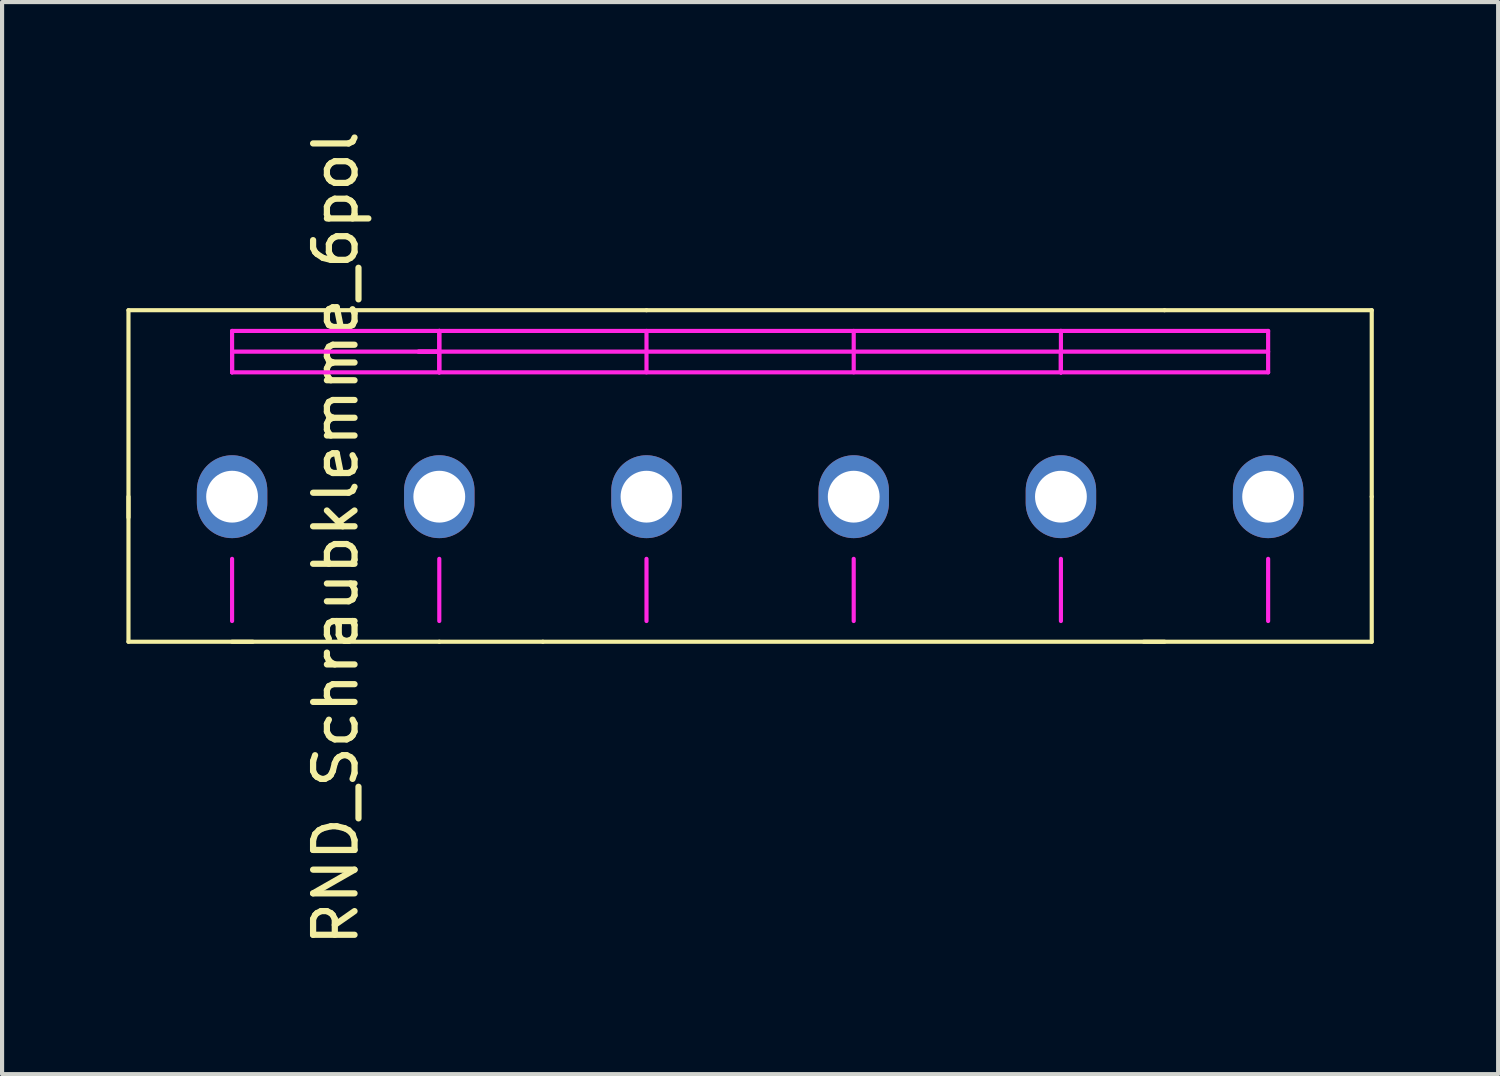
<source format=kicad_pcb>
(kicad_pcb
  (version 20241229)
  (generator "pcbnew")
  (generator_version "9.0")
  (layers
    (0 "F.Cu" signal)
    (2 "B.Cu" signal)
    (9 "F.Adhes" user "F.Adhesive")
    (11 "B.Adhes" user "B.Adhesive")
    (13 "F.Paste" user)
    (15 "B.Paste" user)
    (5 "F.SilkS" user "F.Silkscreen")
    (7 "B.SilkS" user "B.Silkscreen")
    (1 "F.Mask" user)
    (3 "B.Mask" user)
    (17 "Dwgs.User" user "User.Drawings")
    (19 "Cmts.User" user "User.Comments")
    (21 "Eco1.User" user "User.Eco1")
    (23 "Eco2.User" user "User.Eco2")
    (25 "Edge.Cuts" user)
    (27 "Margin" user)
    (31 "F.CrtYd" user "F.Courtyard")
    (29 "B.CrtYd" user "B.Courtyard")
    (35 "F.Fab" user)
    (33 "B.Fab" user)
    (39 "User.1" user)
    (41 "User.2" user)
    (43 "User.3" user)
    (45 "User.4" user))
  (footprint "RND_Schraubklemme_6pol"
    (layer "F.Cu")
    (at 2.55 8.935)
    (property "Reference" "RND_Schraubklemme_6pol" (at 2.5 1 90) (layer "F.SilkS") (effects (font (size 1 1) (thickness 0.15))))
    (attr through_hole)
    (fp_line (start -2.5 -4.5) (end -2.5 0.5) (stroke (width 0.1) (type solid)) (layer "F.SilkS"))
    (fp_line (start -2.5 0) (end -2.5 3.5) (stroke (width 0.1) (type solid)) (layer "F.SilkS"))
    (fp_line (start -2.5 3.5) (end 0.5 3.5) (stroke (width 0.1) (type solid)) (layer "F.SilkS"))
    (fp_line (start 0 3.5) (end 5 3.5) (stroke (width 0.1) (type solid)) (layer "F.SilkS"))
    (fp_line (start 7.5 3.5) (end 5 3.5) (stroke (width 0.1) (type solid)) (layer "F.SilkS"))
    (fp_line (start 7.5 3.5) (end 22.5 3.5) (stroke (width 0.1) (type solid)) (layer "F.SilkS"))
    (fp_line (start 10 -4.5) (end -2.5 -4.5) (stroke (width 0.1) (type solid)) (layer "F.SilkS"))
    (fp_line (start 10 -4.5) (end 22.5 -4.5) (stroke (width 0.1) (type solid)) (layer "F.SilkS"))
    (fp_line (start 27.5 -4.5) (end 22.5 -4.5) (stroke (width 0.1) (type solid)) (layer "F.SilkS"))
    (fp_line (start 27.5 0) (end 27.5 -4.5) (stroke (width 0.1) (type solid)) (layer "F.SilkS"))
    (fp_line (start 27.5 0) (end 27.5 3.5) (stroke (width 0.1) (type solid)) (layer "F.SilkS"))
    (fp_line (start 27.5 3.5) (end 22 3.5) (stroke (width 0.1) (type solid)) (layer "F.SilkS"))
    (fp_line (start 0 -4) (end 5 -4) (stroke (width 0.1) (type solid)) (layer "F.CrtYd"))
    (fp_line (start 0 -3.5) (end 0 -3) (stroke (width 0.1) (type solid)) (layer "F.CrtYd"))
    (fp_line (start 0 -3) (end 0 -4) (stroke (width 0.1) (type solid)) (layer "F.CrtYd"))
    (fp_line (start 0 -3) (end 5 -3) (stroke (width 0.1) (type solid)) (layer "F.CrtYd"))
    (fp_line (start 0 1.5) (end 0 3) (stroke (width 0.1) (type solid)) (layer "F.CrtYd"))
    (fp_line (start 4.5 -3.5) (end 5 -3.5) (stroke (width 0.1) (type solid)) (layer "F.CrtYd"))
    (fp_line (start 5 -4) (end 5 -3) (stroke (width 0.1) (type solid)) (layer "F.CrtYd"))
    (fp_line (start 5 -4) (end 20 -4) (stroke (width 0.1) (type solid)) (layer "F.CrtYd"))
    (fp_line (start 5 -3.5) (end 0 -3.5) (stroke (width 0.1) (type solid)) (layer "F.CrtYd"))
    (fp_line (start 5 -3.5) (end 5 -4) (stroke (width 0.1) (type solid)) (layer "F.CrtYd"))
    (fp_line (start 5 -3) (end 5 -3.5) (stroke (width 0.1) (type solid)) (layer "F.CrtYd"))
    (fp_line (start 5 -3) (end 20 -3) (stroke (width 0.1) (type solid)) (layer "F.CrtYd"))
    (fp_line (start 5 1.5) (end 5 3) (stroke (width 0.1) (type solid)) (layer "F.CrtYd"))
    (fp_line (start 10 -3) (end 10 -4) (stroke (width 0.1) (type solid)) (layer "F.CrtYd"))
    (fp_line (start 10 1.5) (end 10 3) (stroke (width 0.1) (type solid)) (layer "F.CrtYd"))
    (fp_line (start 15 -3) (end 15 -4) (stroke (width 0.1) (type solid)) (layer "F.CrtYd"))
    (fp_line (start 15 1.5) (end 15 3) (stroke (width 0.1) (type solid)) (layer "F.CrtYd"))
    (fp_line (start 20 -4) (end 20 -3) (stroke (width 0.1) (type solid)) (layer "F.CrtYd"))
    (fp_line (start 20 -4) (end 25 -4) (stroke (width 0.1) (type solid)) (layer "F.CrtYd"))
    (fp_line (start 20 -3.5) (end 4.5 -3.5) (stroke (width 0.1) (type solid)) (layer "F.CrtYd"))
    (fp_line (start 20 -3.5) (end 25 -3.5) (stroke (width 0.1) (type solid)) (layer "F.CrtYd"))
    (fp_line (start 20 -3) (end 20 -3.5) (stroke (width 0.1) (type solid)) (layer "F.CrtYd"))
    (fp_line (start 20 -3) (end 20 -3.5) (stroke (width 0.1) (type solid)) (layer "F.CrtYd"))
    (fp_line (start 20 1.5) (end 20 3) (stroke (width 0.1) (type solid)) (layer "F.CrtYd"))
    (fp_line (start 25 -4) (end 25 -3) (stroke (width 0.1) (type solid)) (layer "F.CrtYd"))
    (fp_line (start 25 -3) (end 20 -3) (stroke (width 0.1) (type solid)) (layer "F.CrtYd"))
    (fp_line (start 25 1.5) (end 25 3) (stroke (width 0.1) (type solid)) (layer "F.CrtYd"))
    (pad "1" thru_hole oval (at 0 0) (size 1.7 2) (drill 1.25) (layers "*.Cu" "*.Mask"))
    (pad "2" thru_hole oval (at 5 0) (size 1.7 2) (drill 1.25) (layers "*.Cu" "*.Mask"))
    (pad "3" thru_hole oval (at 10 0) (size 1.7 2) (drill 1.25) (layers "*.Cu" "*.Mask"))
    (pad "4" thru_hole oval (at 15 0) (size 1.7 2) (drill 1.25) (layers "*.Cu" "*.Mask"))
    (pad "5" thru_hole oval (at 20 0) (size 1.7 2) (drill 1.25) (layers "*.Cu" "*.Mask"))
    (pad "6" thru_hole oval (at 25 0) (size 1.7 2) (drill 1.25) (layers "*.Cu" "*.Mask")))
  (gr_rect
    (start -3 -3)
    (end 33.1 22.869)
    (stroke (width 0.1) (type default))
    (fill no)
    (layer "Edge.Cuts")))
</source>
